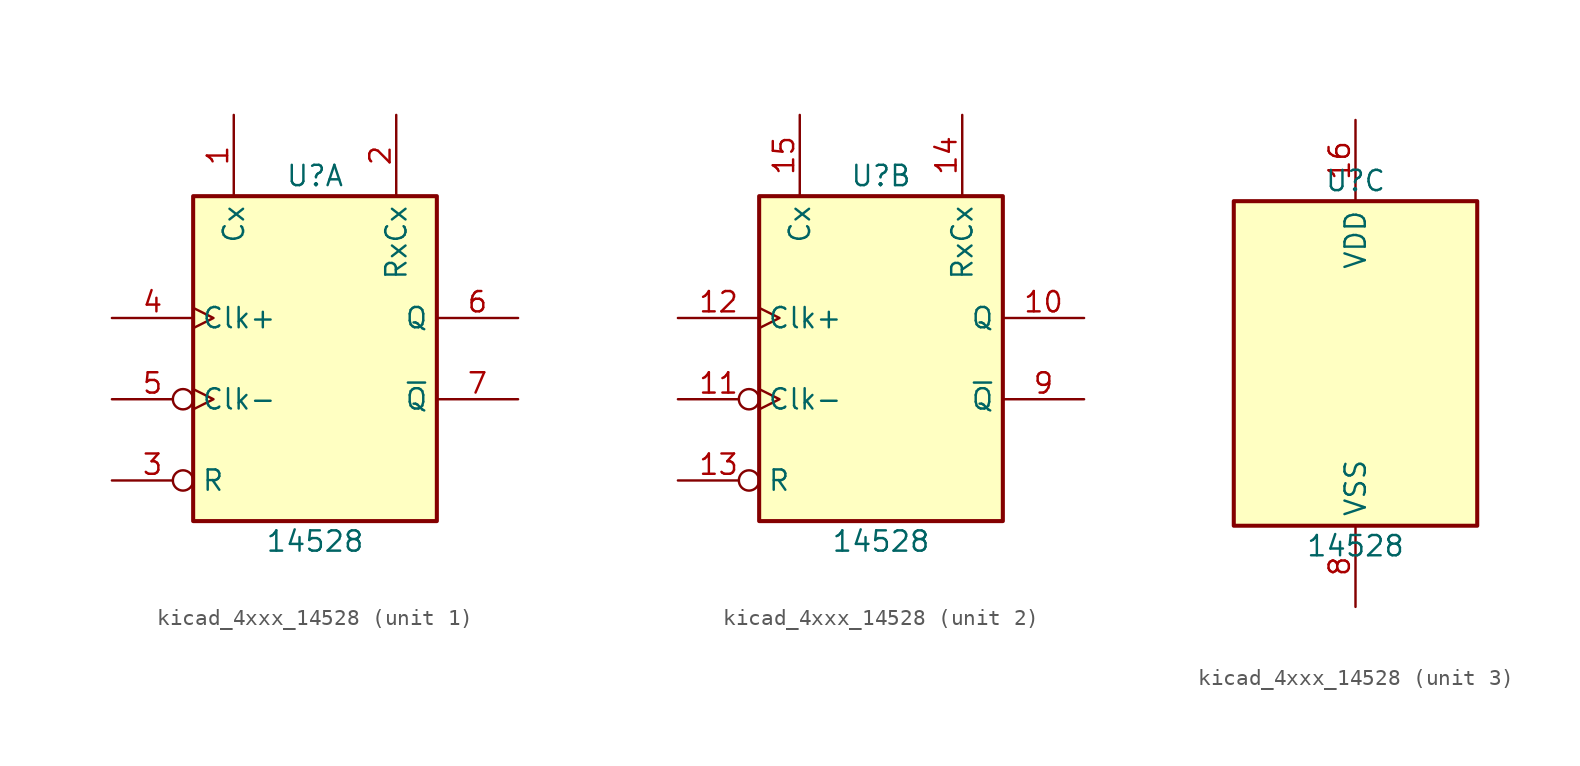
<source format=kicad_sym>
(kicad_symbol_lib
  (version 20220914)
  (generator kicad_symbol_editor)
  (symbol "kicad_4xxx_14528"
    (property "Reference" "U"
      (at 0 11.43 0)
      (effects (font (size 1.27 1.27))))
    (property "Value" "14528"
      (at 0 -11.43 0)
      (effects (font (size 1.27 1.27))))
    (property "ki_locked" ""
      (at 0 0 0)
      (effects (font (size 1.27 1.27))))
    (symbol "kicad_4xxx_14528_1_0"
      (pin input line (at -5.08 15.24 270) (length 5.08) (name "Cx" (effects (font (size 1.27 1.27)))) (number "1" (effects (font (size 1.27 1.27)))))
      (pin input line (at 5.08 15.24 270) (length 5.08) (name "RxCx" (effects (font (size 1.27 1.27)))) (number "2" (effects (font (size 1.27 1.27)))))
      (pin input inverted (at -12.7 -7.62 0) (length 5.08) (name "R" (effects (font (size 1.27 1.27)))) (number "3" (effects (font (size 1.27 1.27)))))
      (pin input clock (at -12.7 2.54 0) (length 5.08) (name "Clk+" (effects (font (size 1.27 1.27)))) (number "4" (effects (font (size 1.27 1.27)))))
      (pin input inverted_clock (at -12.7 -2.54 0) (length 5.08) (name "Clk-" (effects (font (size 1.27 1.27)))) (number "5" (effects (font (size 1.27 1.27)))))
      (pin output line (at 12.7 2.54 180) (length 5.08) (name "Q" (effects (font (size 1.27 1.27)))) (number "6" (effects (font (size 1.27 1.27)))))
      (pin output line (at 12.7 -2.54 180) (length 5.08) (name "~{Q}" (effects (font (size 1.27 1.27)))) (number "7" (effects (font (size 1.27 1.27))))))
    (symbol "kicad_4xxx_14528_1_1"
      (rectangle (start -7.62 10.16) (end 7.62 -10.16) (stroke (width 0.254) (type default)) (fill (type background))))
    (symbol "kicad_4xxx_14528_2_0"
      (pin output line (at 12.7 2.54 180) (length 5.08) (name "Q" (effects (font (size 1.27 1.27)))) (number "10" (effects (font (size 1.27 1.27)))))
      (pin input inverted_clock (at -12.7 -2.54 0) (length 5.08) (name "Clk-" (effects (font (size 1.27 1.27)))) (number "11" (effects (font (size 1.27 1.27)))))
      (pin input clock (at -12.7 2.54 0) (length 5.08) (name "Clk+" (effects (font (size 1.27 1.27)))) (number "12" (effects (font (size 1.27 1.27)))))
      (pin input inverted (at -12.7 -7.62 0) (length 5.08) (name "R" (effects (font (size 1.27 1.27)))) (number "13" (effects (font (size 1.27 1.27)))))
      (pin input line (at 5.08 15.24 270) (length 5.08) (name "RxCx" (effects (font (size 1.27 1.27)))) (number "14" (effects (font (size 1.27 1.27)))))
      (pin input line (at -5.08 15.24 270) (length 5.08) (name "Cx" (effects (font (size 1.27 1.27)))) (number "15" (effects (font (size 1.27 1.27)))))
      (pin output line (at 12.7 -2.54 180) (length 5.08) (name "~{Q}" (effects (font (size 1.27 1.27)))) (number "9" (effects (font (size 1.27 1.27))))))
    (symbol "kicad_4xxx_14528_2_1"
      (rectangle (start -7.62 10.16) (end 7.62 -10.16) (stroke (width 0.254) (type default)) (fill (type background))))
    (symbol "kicad_4xxx_14528_3_0"
      (pin power_in line (at 0 15.24 270) (length 5.08) (name "VDD" (effects (font (size 1.27 1.27)))) (number "16" (effects (font (size 1.27 1.27)))))
      (pin power_in line (at 0 -15.24 90) (length 5.08) (name "VSS" (effects (font (size 1.27 1.27)))) (number "8" (effects (font (size 1.27 1.27))))))
    (symbol "kicad_4xxx_14528_3_1"
      (rectangle (start -7.62 10.16) (end 7.62 -10.16) (stroke (width 0.254) (type default)) (fill (type background))))))
</source>
